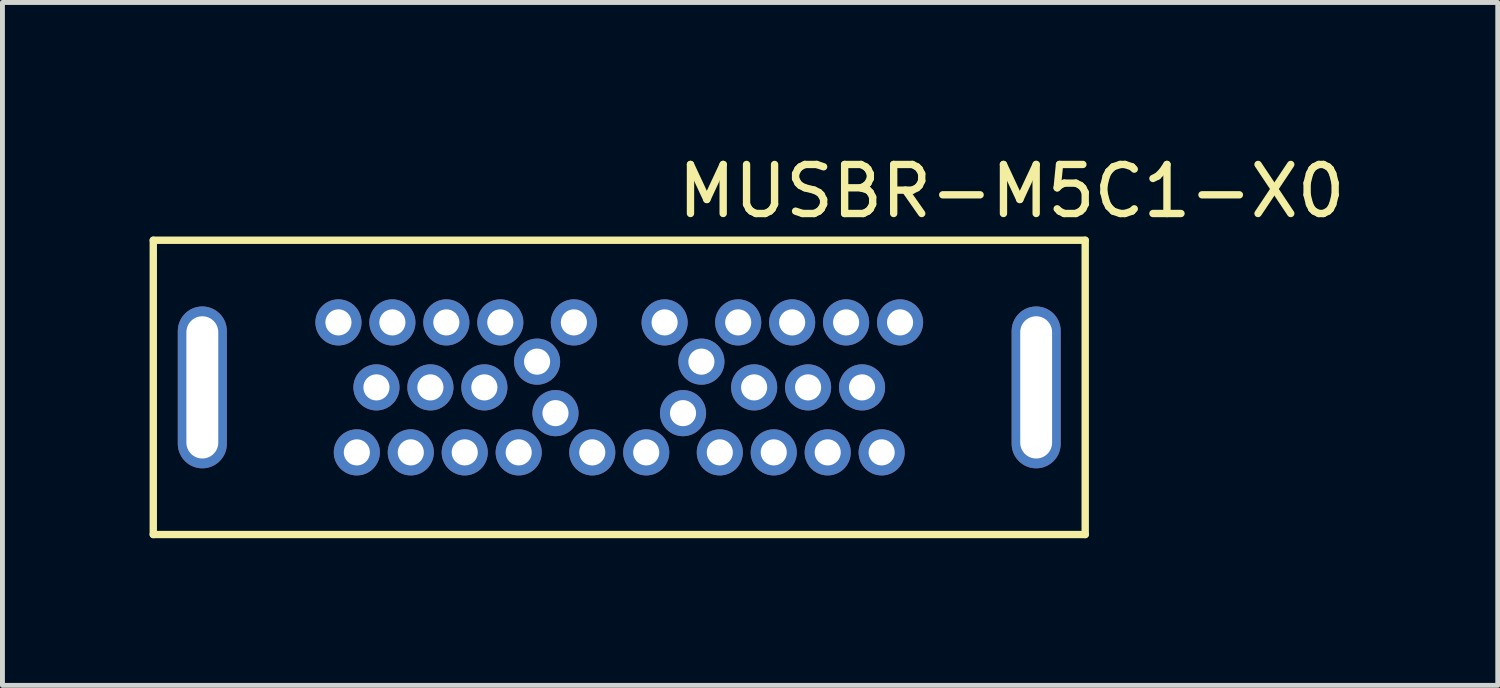
<source format=kicad_pcb>
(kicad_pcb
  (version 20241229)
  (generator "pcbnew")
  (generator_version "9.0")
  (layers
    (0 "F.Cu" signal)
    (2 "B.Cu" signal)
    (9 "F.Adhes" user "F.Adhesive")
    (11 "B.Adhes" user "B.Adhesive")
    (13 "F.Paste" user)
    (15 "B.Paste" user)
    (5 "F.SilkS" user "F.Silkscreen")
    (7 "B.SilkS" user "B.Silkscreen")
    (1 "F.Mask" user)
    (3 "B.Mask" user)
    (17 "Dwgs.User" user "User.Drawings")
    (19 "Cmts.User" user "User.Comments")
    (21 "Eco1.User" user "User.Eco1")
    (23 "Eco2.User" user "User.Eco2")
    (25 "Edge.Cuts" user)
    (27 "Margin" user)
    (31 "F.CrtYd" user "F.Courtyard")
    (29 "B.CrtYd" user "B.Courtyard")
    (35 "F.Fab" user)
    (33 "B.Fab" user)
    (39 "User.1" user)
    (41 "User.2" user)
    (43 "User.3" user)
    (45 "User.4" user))
  (footprint "MUSBR-M5C1-X0"
    (layer "F.Cu")
    (at 9.575 4.848)
    (property "Reference" "MUSBR-M5C1-X0" (at 8 -4 0) (layer "F.SilkS") (effects (font (size 1 1) (thickness 0.15))))
    (attr through_hole)
    (fp_line (start -9.5 -3) (end -9.5 3) (stroke (width 0.15) (type solid)) (layer "F.SilkS"))
    (fp_line (start -9.5 3) (end 9.5 3) (stroke (width 0.15) (type solid)) (layer "F.SilkS"))
    (fp_line (start 9.5 -3) (end -9.5 -3) (stroke (width 0.15) (type solid)) (layer "F.SilkS"))
    (fp_line (start 9.5 3) (end 9.5 -3) (stroke (width 0.15) (type solid)) (layer "F.SilkS"))
    (pad "31" thru_hole oval (at 8.5 0) (size 1 3.3) (drill oval 0.65 2.9) (layers "*.Cu" "*.Mask"))
    (pad "32" thru_hole oval (at -8.5 0) (size 1 3.3) (drill oval 0.65 2.9) (layers "*.Cu" "*.Mask"))
    (pad "A1" thru_hole circle (at -5.725 -1.325) (size 0.94 0.94) (drill 0.533) (layers "*.Cu" "*.Mask"))
    (pad "A2" thru_hole circle (at -4.625 -1.325) (size 0.94 0.94) (drill 0.533) (layers "*.Cu" "*.Mask"))
    (pad "A3" thru_hole circle (at -3.525 -1.325) (size 0.94 0.94) (drill 0.533) (layers "*.Cu" "*.Mask"))
    (pad "A4" thru_hole circle (at -2.425 -1.325) (size 0.94 0.94) (drill 0.533) (layers "*.Cu" "*.Mask"))
    (pad "A5" thru_hole circle (at -1.675 -0.525) (size 0.94 0.94) (drill 0.533) (layers "*.Cu" "*.Mask"))
    (pad "A6" thru_hole circle (at -0.925 -1.325) (size 0.94 0.94) (drill 0.533) (layers "*.Cu" "*.Mask"))
    (pad "A7" thru_hole circle (at 0.925 -1.325) (size 0.94 0.94) (drill 0.533) (layers "*.Cu" "*.Mask"))
    (pad "A8" thru_hole circle (at 1.675 -0.525) (size 0.94 0.94) (drill 0.533) (layers "*.Cu" "*.Mask"))
    (pad "A9" thru_hole circle (at 2.425 -1.325) (size 0.94 0.94) (drill 0.533) (layers "*.Cu" "*.Mask"))
    (pad "A10" thru_hole circle (at 3.525 -1.325) (size 0.94 0.94) (drill 0.533) (layers "*.Cu" "*.Mask"))
    (pad "A11" thru_hole circle (at 4.625 -1.325) (size 0.94 0.94) (drill 0.533) (layers "*.Cu" "*.Mask"))
    (pad "A12" thru_hole circle (at 5.725 -1.325) (size 0.94 0.94) (drill 0.533) (layers "*.Cu" "*.Mask"))
    (pad "B1" thru_hole circle (at 5.35 1.325) (size 0.94 0.94) (drill 0.533) (layers "*.Cu" "*.Mask"))
    (pad "B2" thru_hole circle (at 4.25 1.325) (size 0.94 0.94) (drill 0.533) (layers "*.Cu" "*.Mask"))
    (pad "B3" thru_hole circle (at 3.15 1.325) (size 0.94 0.94) (drill 0.533) (layers "*.Cu" "*.Mask"))
    (pad "B4" thru_hole circle (at 2.05 1.325) (size 0.94 0.94) (drill 0.533) (layers "*.Cu" "*.Mask"))
    (pad "B5" thru_hole circle (at 1.3 0.525) (size 0.94 0.94) (drill 0.533) (layers "*.Cu" "*.Mask"))
    (pad "B6" thru_hole circle (at 0.55 1.325) (size 0.94 0.94) (drill 0.533) (layers "*.Cu" "*.Mask"))
    (pad "B7" thru_hole circle (at -0.55 1.325) (size 0.94 0.94) (drill 0.533) (layers "*.Cu" "*.Mask"))
    (pad "B8" thru_hole circle (at -1.3 0.525) (size 0.94 0.94) (drill 0.533) (layers "*.Cu" "*.Mask"))
    (pad "B9" thru_hole circle (at -2.05 1.325) (size 0.94 0.94) (drill 0.533) (layers "*.Cu" "*.Mask"))
    (pad "B10" thru_hole circle (at -3.15 1.325) (size 0.94 0.94) (drill 0.533) (layers "*.Cu" "*.Mask"))
    (pad "B11" thru_hole circle (at -4.25 1.325) (size 0.94 0.94) (drill 0.533) (layers "*.Cu" "*.Mask"))
    (pad "B12" thru_hole circle (at -5.35 1.325) (size 0.94 0.94) (drill 0.533) (layers "*.Cu" "*.Mask"))
    (pad "G1" thru_hole circle (at -4.95 0) (size 0.94 0.94) (drill 0.533) (layers "*.Cu" "*.Mask"))
    (pad "G2" thru_hole circle (at -3.85 0) (size 0.94 0.94) (drill 0.533) (layers "*.Cu" "*.Mask"))
    (pad "G3" thru_hole circle (at -2.75 0) (size 0.94 0.94) (drill 0.533) (layers "*.Cu" "*.Mask"))
    (pad "G4" thru_hole circle (at 2.75 0) (size 0.94 0.94) (drill 0.533) (layers "*.Cu" "*.Mask"))
    (pad "G5" thru_hole circle (at 3.85 0) (size 0.94 0.94) (drill 0.533) (layers "*.Cu" "*.Mask"))
    (pad "G6" thru_hole circle (at 4.95 0) (size 0.94 0.94) (drill 0.533) (layers "*.Cu" "*.Mask")))
  (gr_rect
    (start -3 -3)
    (end 27.486 10.923)
    (stroke (width 0.1) (type default))
    (fill no)
    (layer "Edge.Cuts")))
</source>
